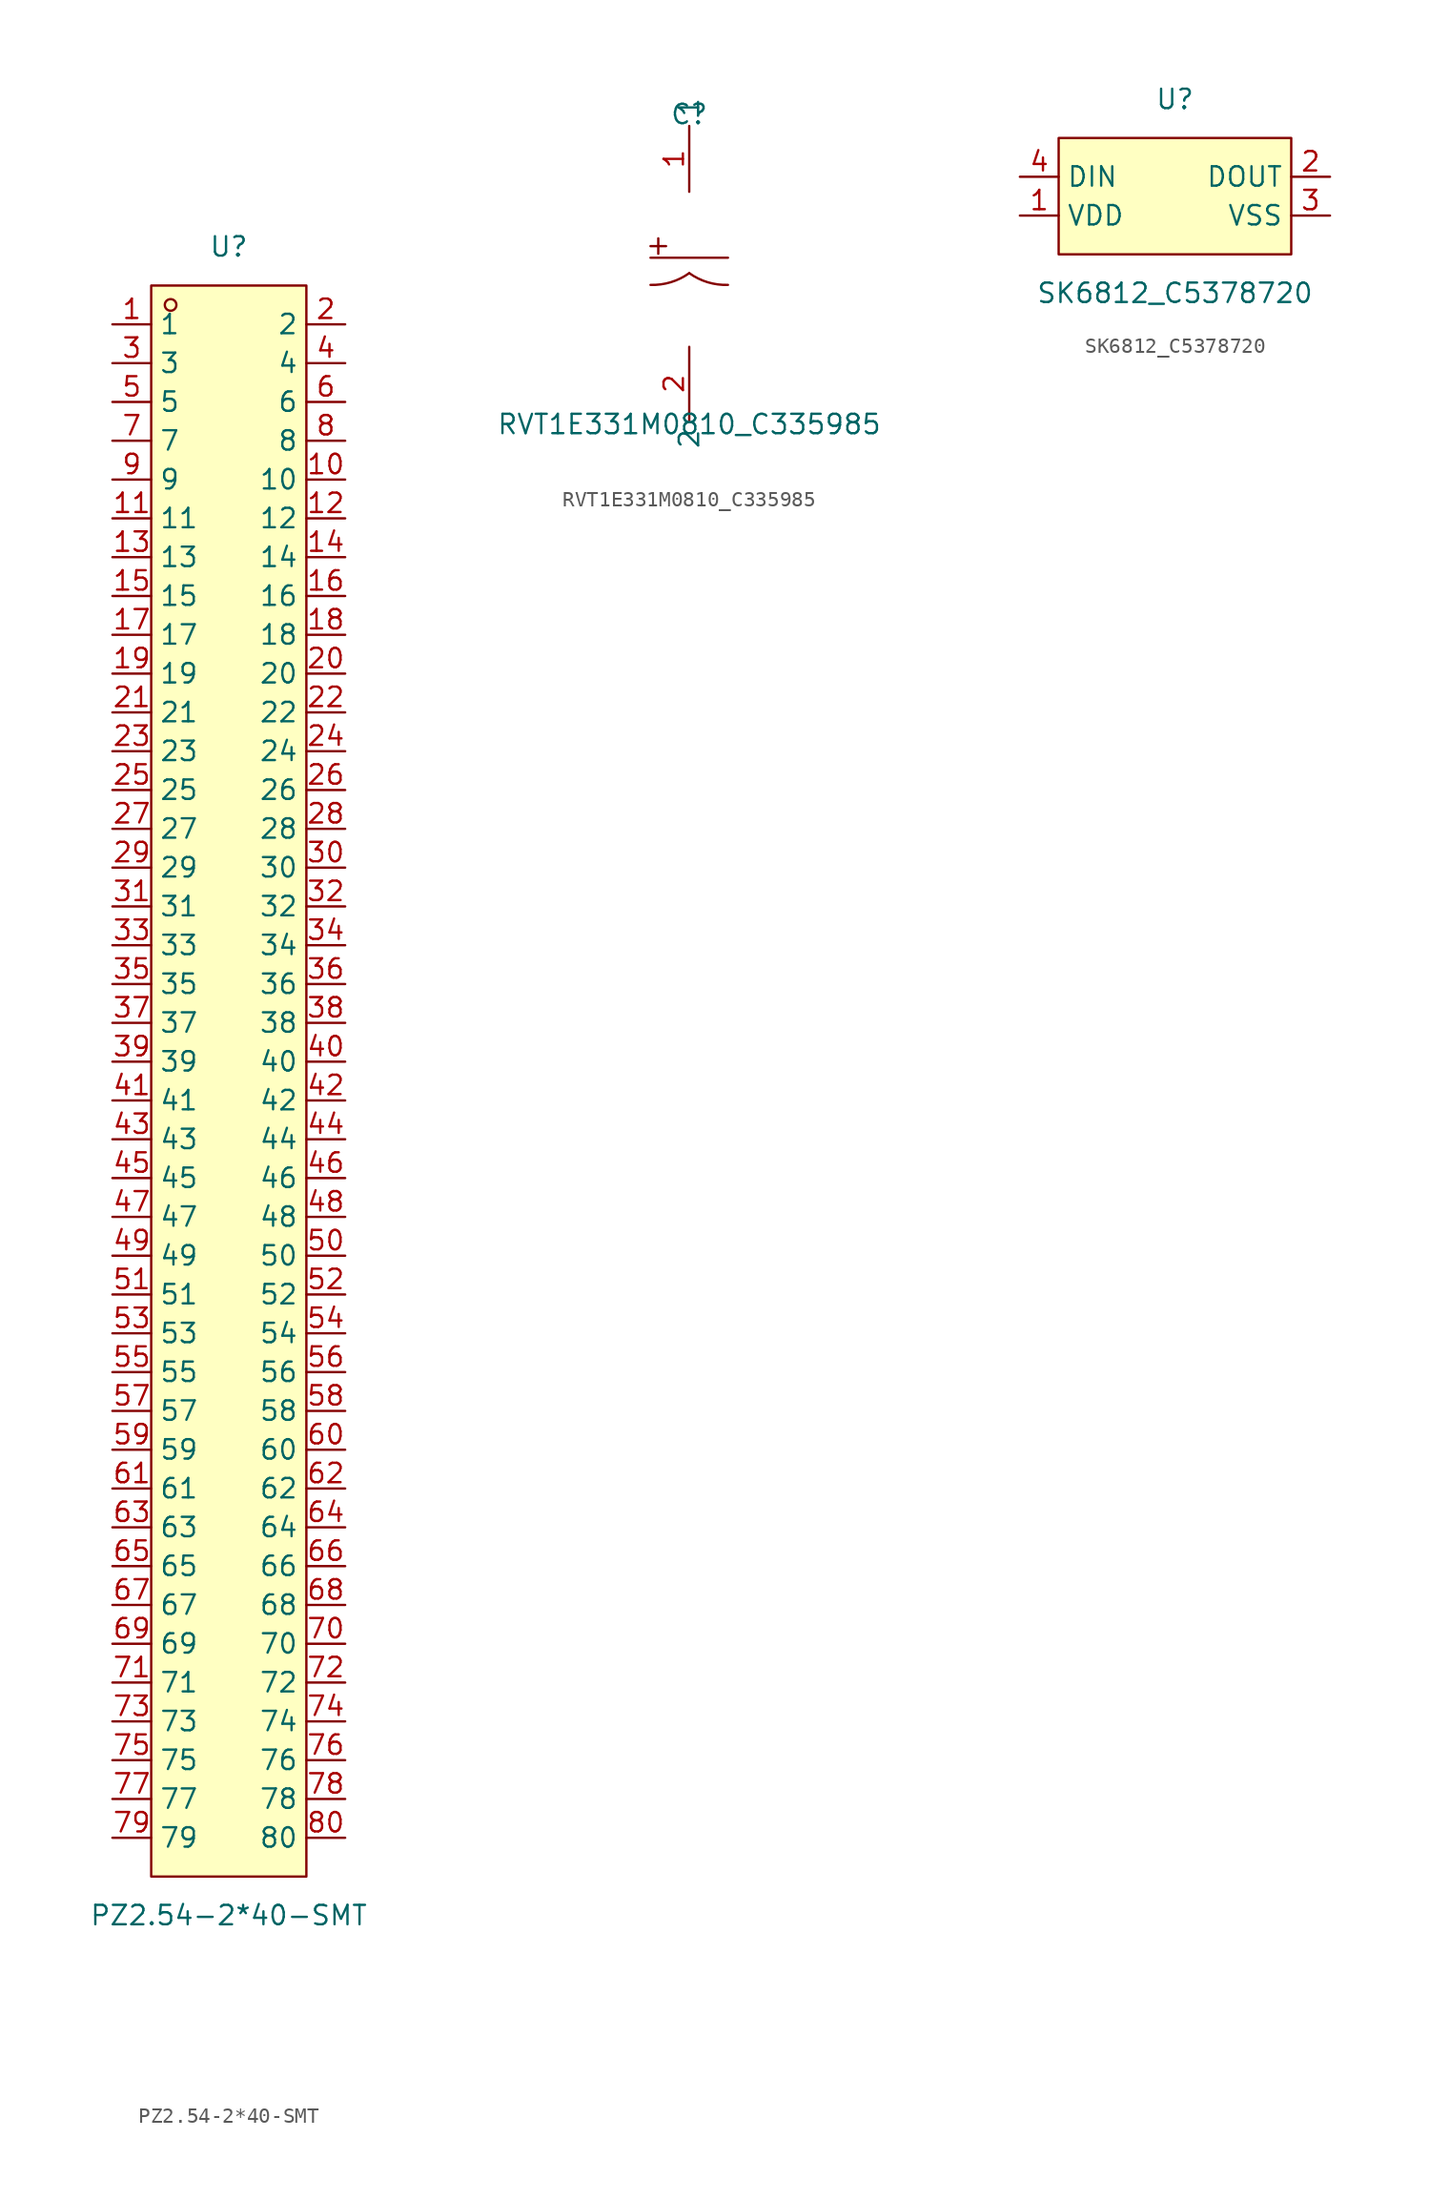
<source format=kicad_sym>
(kicad_symbol_lib
  (version 20211014)
  (generator https://github.com/uPesy/easyeda2kicad.py)
  (symbol "PZ2.54-2*40-SMT"
    (property "Reference" "U"
      (at 0 55.88 0)
      (effects (font (size 1.27 1.27))))
    (property "Value" "PZ2.54-2*40-SMT"
      (at 0 -53.34 0)
      (effects (font (size 1.27 1.27))))
    (symbol "PZ2.54-2*40-SMT_0_1"
      (rectangle (start -5.08 53.34) (end 5.08 -50.80) (stroke (width 0) (type default) (color 0 0 0 0)) (fill (type background)))
      (circle (center -3.81 52.07) (radius 0.38) (stroke (width 0) (type default) (color 0 0 0 0)) (fill (type none)))
      (pin unspecified line (at 7.62 50.80 180) (length 2.54) (name "2" (effects (font (size 1.27 1.27)))) (number "2" (effects (font (size 1.27 1.27)))))
      (pin unspecified line (at -7.62 -48.26 0) (length 2.54) (name "79" (effects (font (size 1.27 1.27)))) (number "79" (effects (font (size 1.27 1.27)))))
      (pin unspecified line (at 7.62 48.26 180) (length 2.54) (name "4" (effects (font (size 1.27 1.27)))) (number "4" (effects (font (size 1.27 1.27)))))
      (pin unspecified line (at -7.62 -45.72 0) (length 2.54) (name "77" (effects (font (size 1.27 1.27)))) (number "77" (effects (font (size 1.27 1.27)))))
      (pin unspecified line (at 7.62 45.72 180) (length 2.54) (name "6" (effects (font (size 1.27 1.27)))) (number "6" (effects (font (size 1.27 1.27)))))
      (pin unspecified line (at -7.62 -43.18 0) (length 2.54) (name "75" (effects (font (size 1.27 1.27)))) (number "75" (effects (font (size 1.27 1.27)))))
      (pin unspecified line (at 7.62 43.18 180) (length 2.54) (name "8" (effects (font (size 1.27 1.27)))) (number "8" (effects (font (size 1.27 1.27)))))
      (pin unspecified line (at -7.62 -40.64 0) (length 2.54) (name "73" (effects (font (size 1.27 1.27)))) (number "73" (effects (font (size 1.27 1.27)))))
      (pin unspecified line (at 7.62 40.64 180) (length 2.54) (name "10" (effects (font (size 1.27 1.27)))) (number "10" (effects (font (size 1.27 1.27)))))
      (pin unspecified line (at -7.62 -38.10 0) (length 2.54) (name "71" (effects (font (size 1.27 1.27)))) (number "71" (effects (font (size 1.27 1.27)))))
      (pin unspecified line (at 7.62 38.10 180) (length 2.54) (name "12" (effects (font (size 1.27 1.27)))) (number "12" (effects (font (size 1.27 1.27)))))
      (pin unspecified line (at -7.62 -35.56 0) (length 2.54) (name "69" (effects (font (size 1.27 1.27)))) (number "69" (effects (font (size 1.27 1.27)))))
      (pin unspecified line (at 7.62 35.56 180) (length 2.54) (name "14" (effects (font (size 1.27 1.27)))) (number "14" (effects (font (size 1.27 1.27)))))
      (pin unspecified line (at -7.62 -33.02 0) (length 2.54) (name "67" (effects (font (size 1.27 1.27)))) (number "67" (effects (font (size 1.27 1.27)))))
      (pin unspecified line (at 7.62 33.02 180) (length 2.54) (name "16" (effects (font (size 1.27 1.27)))) (number "16" (effects (font (size 1.27 1.27)))))
      (pin unspecified line (at -7.62 -30.48 0) (length 2.54) (name "65" (effects (font (size 1.27 1.27)))) (number "65" (effects (font (size 1.27 1.27)))))
      (pin unspecified line (at 7.62 30.48 180) (length 2.54) (name "18" (effects (font (size 1.27 1.27)))) (number "18" (effects (font (size 1.27 1.27)))))
      (pin unspecified line (at -7.62 -27.94 0) (length 2.54) (name "63" (effects (font (size 1.27 1.27)))) (number "63" (effects (font (size 1.27 1.27)))))
      (pin unspecified line (at 7.62 27.94 180) (length 2.54) (name "20" (effects (font (size 1.27 1.27)))) (number "20" (effects (font (size 1.27 1.27)))))
      (pin unspecified line (at -7.62 -25.40 0) (length 2.54) (name "61" (effects (font (size 1.27 1.27)))) (number "61" (effects (font (size 1.27 1.27)))))
      (pin unspecified line (at 7.62 25.40 180) (length 2.54) (name "22" (effects (font (size 1.27 1.27)))) (number "22" (effects (font (size 1.27 1.27)))))
      (pin unspecified line (at -7.62 -22.86 0) (length 2.54) (name "59" (effects (font (size 1.27 1.27)))) (number "59" (effects (font (size 1.27 1.27)))))
      (pin unspecified line (at 7.62 22.86 180) (length 2.54) (name "24" (effects (font (size 1.27 1.27)))) (number "24" (effects (font (size 1.27 1.27)))))
      (pin unspecified line (at -7.62 -20.32 0) (length 2.54) (name "57" (effects (font (size 1.27 1.27)))) (number "57" (effects (font (size 1.27 1.27)))))
      (pin unspecified line (at 7.62 20.32 180) (length 2.54) (name "26" (effects (font (size 1.27 1.27)))) (number "26" (effects (font (size 1.27 1.27)))))
      (pin unspecified line (at -7.62 -17.78 0) (length 2.54) (name "55" (effects (font (size 1.27 1.27)))) (number "55" (effects (font (size 1.27 1.27)))))
      (pin unspecified line (at 7.62 17.78 180) (length 2.54) (name "28" (effects (font (size 1.27 1.27)))) (number "28" (effects (font (size 1.27 1.27)))))
      (pin unspecified line (at -7.62 -15.24 0) (length 2.54) (name "53" (effects (font (size 1.27 1.27)))) (number "53" (effects (font (size 1.27 1.27)))))
      (pin unspecified line (at 7.62 15.24 180) (length 2.54) (name "30" (effects (font (size 1.27 1.27)))) (number "30" (effects (font (size 1.27 1.27)))))
      (pin unspecified line (at -7.62 -12.70 0) (length 2.54) (name "51" (effects (font (size 1.27 1.27)))) (number "51" (effects (font (size 1.27 1.27)))))
      (pin unspecified line (at 7.62 12.70 180) (length 2.54) (name "32" (effects (font (size 1.27 1.27)))) (number "32" (effects (font (size 1.27 1.27)))))
      (pin unspecified line (at -7.62 -10.16 0) (length 2.54) (name "49" (effects (font (size 1.27 1.27)))) (number "49" (effects (font (size 1.27 1.27)))))
      (pin unspecified line (at 7.62 10.16 180) (length 2.54) (name "34" (effects (font (size 1.27 1.27)))) (number "34" (effects (font (size 1.27 1.27)))))
      (pin unspecified line (at -7.62 -7.62 0) (length 2.54) (name "47" (effects (font (size 1.27 1.27)))) (number "47" (effects (font (size 1.27 1.27)))))
      (pin unspecified line (at 7.62 7.62 180) (length 2.54) (name "36" (effects (font (size 1.27 1.27)))) (number "36" (effects (font (size 1.27 1.27)))))
      (pin unspecified line (at -7.62 -5.08 0) (length 2.54) (name "45" (effects (font (size 1.27 1.27)))) (number "45" (effects (font (size 1.27 1.27)))))
      (pin unspecified line (at 7.62 5.08 180) (length 2.54) (name "38" (effects (font (size 1.27 1.27)))) (number "38" (effects (font (size 1.27 1.27)))))
      (pin unspecified line (at -7.62 -2.54 0) (length 2.54) (name "43" (effects (font (size 1.27 1.27)))) (number "43" (effects (font (size 1.27 1.27)))))
      (pin unspecified line (at 7.62 2.54 180) (length 2.54) (name "40" (effects (font (size 1.27 1.27)))) (number "40" (effects (font (size 1.27 1.27)))))
      (pin unspecified line (at -7.62 -0.00 0) (length 2.54) (name "41" (effects (font (size 1.27 1.27)))) (number "41" (effects (font (size 1.27 1.27)))))
      (pin unspecified line (at 7.62 -0.00 180) (length 2.54) (name "42" (effects (font (size 1.27 1.27)))) (number "42" (effects (font (size 1.27 1.27)))))
      (pin unspecified line (at -7.62 2.54 0) (length 2.54) (name "39" (effects (font (size 1.27 1.27)))) (number "39" (effects (font (size 1.27 1.27)))))
      (pin unspecified line (at 7.62 -2.54 180) (length 2.54) (name "44" (effects (font (size 1.27 1.27)))) (number "44" (effects (font (size 1.27 1.27)))))
      (pin unspecified line (at -7.62 5.08 0) (length 2.54) (name "37" (effects (font (size 1.27 1.27)))) (number "37" (effects (font (size 1.27 1.27)))))
      (pin unspecified line (at 7.62 -5.08 180) (length 2.54) (name "46" (effects (font (size 1.27 1.27)))) (number "46" (effects (font (size 1.27 1.27)))))
      (pin unspecified line (at -7.62 7.62 0) (length 2.54) (name "35" (effects (font (size 1.27 1.27)))) (number "35" (effects (font (size 1.27 1.27)))))
      (pin unspecified line (at 7.62 -7.62 180) (length 2.54) (name "48" (effects (font (size 1.27 1.27)))) (number "48" (effects (font (size 1.27 1.27)))))
      (pin unspecified line (at -7.62 10.16 0) (length 2.54) (name "33" (effects (font (size 1.27 1.27)))) (number "33" (effects (font (size 1.27 1.27)))))
      (pin unspecified line (at 7.62 -10.16 180) (length 2.54) (name "50" (effects (font (size 1.27 1.27)))) (number "50" (effects (font (size 1.27 1.27)))))
      (pin unspecified line (at -7.62 12.70 0) (length 2.54) (name "31" (effects (font (size 1.27 1.27)))) (number "31" (effects (font (size 1.27 1.27)))))
      (pin unspecified line (at 7.62 -12.70 180) (length 2.54) (name "52" (effects (font (size 1.27 1.27)))) (number "52" (effects (font (size 1.27 1.27)))))
      (pin unspecified line (at -7.62 15.24 0) (length 2.54) (name "29" (effects (font (size 1.27 1.27)))) (number "29" (effects (font (size 1.27 1.27)))))
      (pin unspecified line (at 7.62 -15.24 180) (length 2.54) (name "54" (effects (font (size 1.27 1.27)))) (number "54" (effects (font (size 1.27 1.27)))))
      (pin unspecified line (at -7.62 17.78 0) (length 2.54) (name "27" (effects (font (size 1.27 1.27)))) (number "27" (effects (font (size 1.27 1.27)))))
      (pin unspecified line (at 7.62 -17.78 180) (length 2.54) (name "56" (effects (font (size 1.27 1.27)))) (number "56" (effects (font (size 1.27 1.27)))))
      (pin unspecified line (at -7.62 20.32 0) (length 2.54) (name "25" (effects (font (size 1.27 1.27)))) (number "25" (effects (font (size 1.27 1.27)))))
      (pin unspecified line (at 7.62 -20.32 180) (length 2.54) (name "58" (effects (font (size 1.27 1.27)))) (number "58" (effects (font (size 1.27 1.27)))))
      (pin unspecified line (at -7.62 22.86 0) (length 2.54) (name "23" (effects (font (size 1.27 1.27)))) (number "23" (effects (font (size 1.27 1.27)))))
      (pin unspecified line (at 7.62 -22.86 180) (length 2.54) (name "60" (effects (font (size 1.27 1.27)))) (number "60" (effects (font (size 1.27 1.27)))))
      (pin unspecified line (at -7.62 25.40 0) (length 2.54) (name "21" (effects (font (size 1.27 1.27)))) (number "21" (effects (font (size 1.27 1.27)))))
      (pin unspecified line (at 7.62 -25.40 180) (length 2.54) (name "62" (effects (font (size 1.27 1.27)))) (number "62" (effects (font (size 1.27 1.27)))))
      (pin unspecified line (at -7.62 27.94 0) (length 2.54) (name "19" (effects (font (size 1.27 1.27)))) (number "19" (effects (font (size 1.27 1.27)))))
      (pin unspecified line (at 7.62 -27.94 180) (length 2.54) (name "64" (effects (font (size 1.27 1.27)))) (number "64" (effects (font (size 1.27 1.27)))))
      (pin unspecified line (at -7.62 30.48 0) (length 2.54) (name "17" (effects (font (size 1.27 1.27)))) (number "17" (effects (font (size 1.27 1.27)))))
      (pin unspecified line (at 7.62 -30.48 180) (length 2.54) (name "66" (effects (font (size 1.27 1.27)))) (number "66" (effects (font (size 1.27 1.27)))))
      (pin unspecified line (at -7.62 33.02 0) (length 2.54) (name "15" (effects (font (size 1.27 1.27)))) (number "15" (effects (font (size 1.27 1.27)))))
      (pin unspecified line (at 7.62 -33.02 180) (length 2.54) (name "68" (effects (font (size 1.27 1.27)))) (number "68" (effects (font (size 1.27 1.27)))))
      (pin unspecified line (at -7.62 35.56 0) (length 2.54) (name "13" (effects (font (size 1.27 1.27)))) (number "13" (effects (font (size 1.27 1.27)))))
      (pin unspecified line (at 7.62 -35.56 180) (length 2.54) (name "70" (effects (font (size 1.27 1.27)))) (number "70" (effects (font (size 1.27 1.27)))))
      (pin unspecified line (at -7.62 38.10 0) (length 2.54) (name "11" (effects (font (size 1.27 1.27)))) (number "11" (effects (font (size 1.27 1.27)))))
      (pin unspecified line (at 7.62 -38.10 180) (length 2.54) (name "72" (effects (font (size 1.27 1.27)))) (number "72" (effects (font (size 1.27 1.27)))))
      (pin unspecified line (at -7.62 40.64 0) (length 2.54) (name "9" (effects (font (size 1.27 1.27)))) (number "9" (effects (font (size 1.27 1.27)))))
      (pin unspecified line (at 7.62 -40.64 180) (length 2.54) (name "74" (effects (font (size 1.27 1.27)))) (number "74" (effects (font (size 1.27 1.27)))))
      (pin unspecified line (at -7.62 43.18 0) (length 2.54) (name "7" (effects (font (size 1.27 1.27)))) (number "7" (effects (font (size 1.27 1.27)))))
      (pin unspecified line (at 7.62 -43.18 180) (length 2.54) (name "76" (effects (font (size 1.27 1.27)))) (number "76" (effects (font (size 1.27 1.27)))))
      (pin unspecified line (at -7.62 45.72 0) (length 2.54) (name "5" (effects (font (size 1.27 1.27)))) (number "5" (effects (font (size 1.27 1.27)))))
      (pin unspecified line (at 7.62 -45.72 180) (length 2.54) (name "78" (effects (font (size 1.27 1.27)))) (number "78" (effects (font (size 1.27 1.27)))))
      (pin unspecified line (at -7.62 48.26 0) (length 2.54) (name "3" (effects (font (size 1.27 1.27)))) (number "3" (effects (font (size 1.27 1.27)))))
      (pin unspecified line (at 7.62 -48.26 180) (length 2.54) (name "80" (effects (font (size 1.27 1.27)))) (number "80" (effects (font (size 1.27 1.27)))))
      (pin unspecified line (at -7.62 50.80 0) (length 2.54) (name "1" (effects (font (size 1.27 1.27)))) (number "1" (effects (font (size 1.27 1.27)))))))
  (symbol "RVT1E331M0810_C335985"
    (property "Reference" "C"
      (at 0 10.16 0)
      (effects (font (size 1.27 1.27))))
    (property "Value" "RVT1E331M0810_C335985"
      (at 0 -10.16 0)
      (effects (font (size 1.27 1.27))))
    (symbol "RVT1E331M0810_C335985_0_1"
      (rectangle (start -2.54 1.52) (end -1.52 1.52) (stroke (width 0) (type default) (color 0 0 0 0)) (fill (type background)))
      (rectangle (start -2.03 2.03) (end -2.03 1.02) (stroke (width 0) (type default) (color 0 0 0 0)) (fill (type background)))
      (arc (start 0.00 -0.25) (mid 4.23 -4.70) (end 2.54 -1.02) (stroke (width 0) (type default) (color 0 0 0 0)) (fill (type none)))
      (arc (start -2.54 -1.02) (mid 3.94 -3.72) (end 0.00 -0.25) (stroke (width 0) (type default) (color 0 0 0 0)) (fill (type none)))
      (polyline (pts (xy -2.54 0.76) (xy 2.54 0.76)) (stroke (width 0) (type default) (color 0 0 0 0)) (fill (type none)))
      (pin unspecified line (at 0.00 5.08 90) (length 4.318) (name "1" (effects (font (size 1.27 1.27)))) (number "1" (effects (font (size 1.27 1.27)))))
      (pin unspecified line (at 0.00 -5.08 270) (length 4.826) (name "2" (effects (font (size 1.27 1.27)))) (number "2" (effects (font (size 1.27 1.27)))))))
  (symbol "SK6812_C5378720"
    (property "Reference" "U"
      (at 0 6.35 0)
      (effects (font (size 1.27 1.27))))
    (property "Value" "SK6812_C5378720"
      (at 0 -6.35 0)
      (effects (font (size 1.27 1.27))))
    (symbol "SK6812_C5378720_0_1"
      (rectangle (start -7.62 3.81) (end 7.62 -3.81) (stroke (width 0) (type default) (color 0 0 0 0)) (fill (type background)))
      (pin unspecified line (at -10.16 -1.27 0) (length 2.54) (name "VDD" (effects (font (size 1.27 1.27)))) (number "1" (effects (font (size 1.27 1.27)))))
      (pin unspecified line (at 10.16 1.27 180) (length 2.54) (name "DOUT" (effects (font (size 1.27 1.27)))) (number "2" (effects (font (size 1.27 1.27)))))
      (pin unspecified line (at 10.16 -1.27 180) (length 2.54) (name "VSS" (effects (font (size 1.27 1.27)))) (number "3" (effects (font (size 1.27 1.27)))))
      (pin unspecified line (at -10.16 1.27 0) (length 2.54) (name "DIN" (effects (font (size 1.27 1.27)))) (number "4" (effects (font (size 1.27 1.27))))))))
</source>
